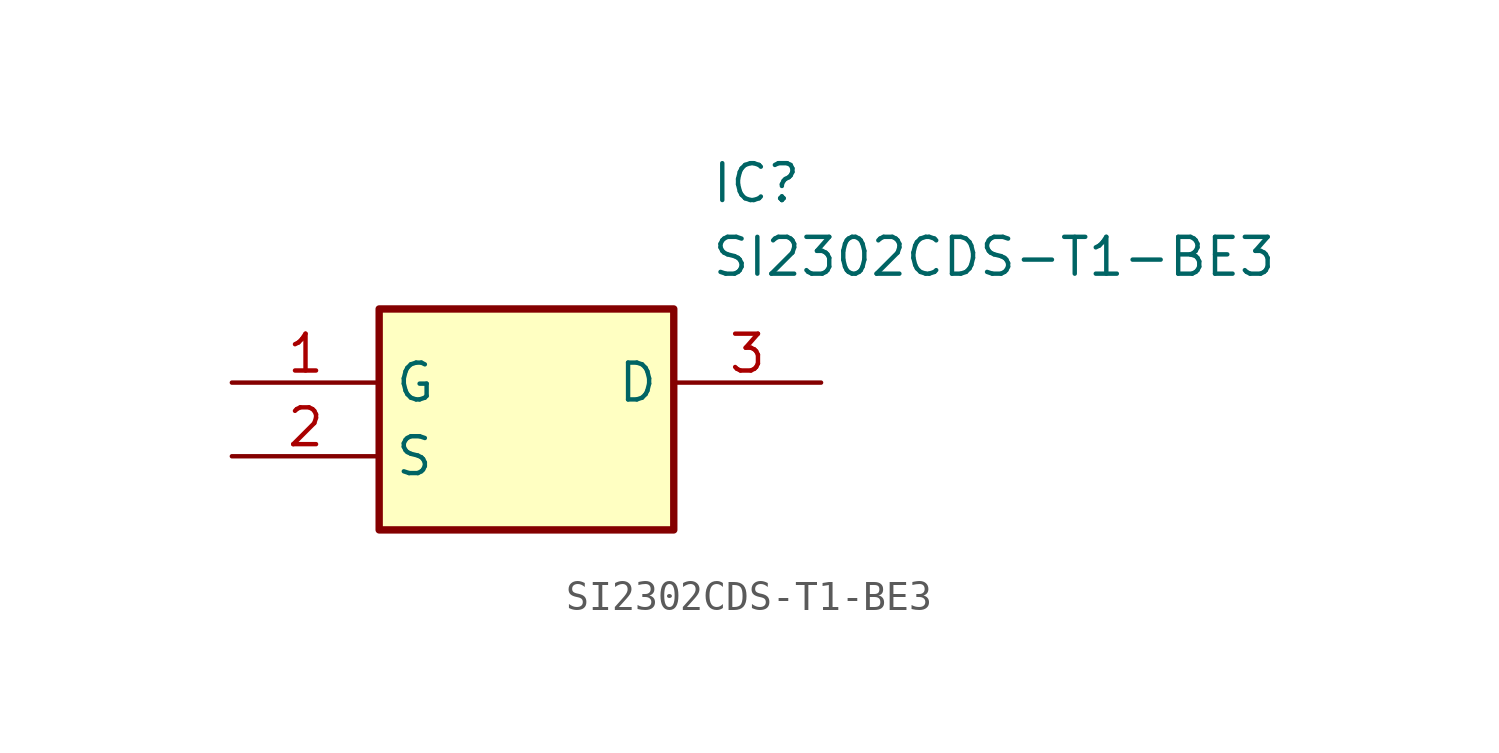
<source format=kicad_sym>
(kicad_symbol_lib
  (version 20211014)
  (generator SamacSys_ECAD_Model)
  (symbol "SI2302CDS-T1-BE3"
    (property "Reference" "IC"
      (at 16.51 7.62 0)
      (effects (font (size 1.27 1.27)) (justify left top)))
    (property "Value" "SI2302CDS-T1-BE3"
      (at 16.51 5.08 0)
      (effects (font (size 1.27 1.27)) (justify left top)))
    (rectangle
      (start 5.08 2.54)
      (end 15.24 -5.08)
      (stroke (width 0.254) (type default))
      (fill (type background)))
    (pin passive line
      (at 0 0 0)
      (length 5.08)
      (name "G" (effects (font (size 1.27 1.27))))
      (number "1" (effects (font (size 1.27 1.27)))))
    (pin passive line
      (at 0 -2.54 0)
      (length 5.08)
      (name "S" (effects (font (size 1.27 1.27))))
      (number "2" (effects (font (size 1.27 1.27)))))
    (pin passive line
      (at 20.32 0 180)
      (length 5.08)
      (name "D" (effects (font (size 1.27 1.27))))
      (number "3" (effects (font (size 1.27 1.27)))))))
</source>
